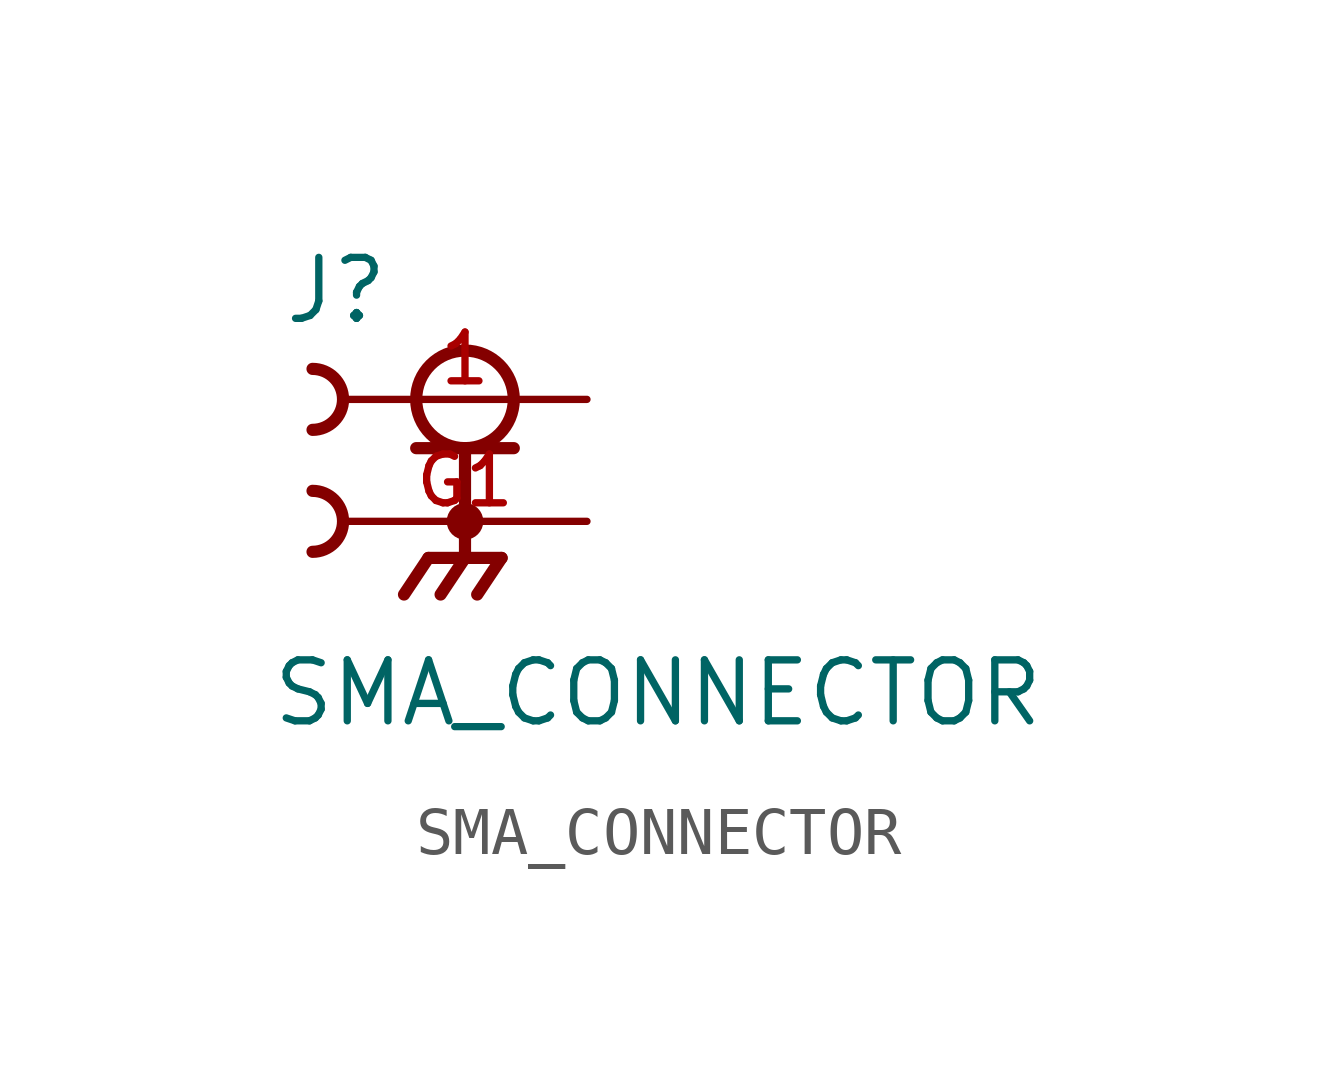
<source format=kicad_sym>
(kicad_symbol_lib
  (version 20211014)
  (generator kicad_symbol_editor)
  (symbol "SMA_CONNECTOR"
    (pin_names
      (offset 1.016))
    (property "Reference" "J"
      (at -3.81 1.524 0)
      (effects (font (size 1.27 1.27)) (justify bottom left)))
    (property "Value" "SMA_CONNECTOR"
      (at -4.064 -6.858 0)
      (effects (font (size 1.27 1.27)) (justify bottom left)))
    (symbol "SMA_CONNECTOR_0_0"
      (circle (center 0.0 0.0) (radius 1.016) (stroke (width 0.254)) (fill (type none)))
      (polyline (pts (xy -1.016 -1.016) (xy 0.0 -1.016)) (stroke (width 0.254)))
      (polyline (pts (xy 0.0 -1.016) (xy 1.016 -1.016)) (stroke (width 0.254)))
      (polyline (pts (xy 0.0 -1.016) (xy 0.0 -3.302)) (stroke (width 0.254)))
      (circle (center 0.0 -2.54) (radius 0.254) (stroke (width 0.254)) (fill (type none)))
      (polyline (pts (xy 0.0 -3.302) (xy -0.762 -3.302)) (stroke (width 0.254)))
      (polyline (pts (xy 0.0 -3.302) (xy 0.762 -3.302)) (stroke (width 0.254)))
      (polyline (pts (xy -0.762 -3.302) (xy -1.27 -4.064)) (stroke (width 0.254)))
      (polyline (pts (xy 0.0 -3.302) (xy -0.508 -4.064)) (stroke (width 0.254)))
      (polyline (pts (xy 0.762 -3.302) (xy 0.254 -4.064)) (stroke (width 0.254)))
      (arc (start -3.175 0.635) (mid -2.54 -0.0) (end -3.175 -0.635) (stroke (width 0.254) (type default) (color 0 0 0 0)) (fill (type none)))
      (arc (start -3.175 -1.905) (mid -2.54 -2.54) (end -3.175 -3.175) (stroke (width 0.254) (type default) (color 0 0 0 0)) (fill (type none)))
      (pin passive line (at 2.54 0.0 180.0) (length 5.08) (name "~" (effects (font (size 1.016 1.016)))) (number "1" (effects (font (size 1.016 1.016)))))
      (pin passive line (at 2.54 -2.54 180.0) (length 5.08) (name "~" (effects (font (size 1.016 1.016)))) (number "G1" (effects (font (size 1.016 1.016)))))
      (pin passive line (at 2.54 -2.54 180.0) (length 5.08) hide (name "~" (effects (font (size 1.016 1.016)))) (number "G2" (effects (font (size 1.016 1.016)))))
      (pin passive line (at 2.54 -2.54 180.0) (length 5.08) hide (name "~" (effects (font (size 1.016 1.016)))) (number "G3" (effects (font (size 1.016 1.016)))))
      (pin passive line (at 2.54 -2.54 180.0) (length 5.08) hide (name "~" (effects (font (size 1.016 1.016)))) (number "G4" (effects (font (size 1.016 1.016))))))))
</source>
